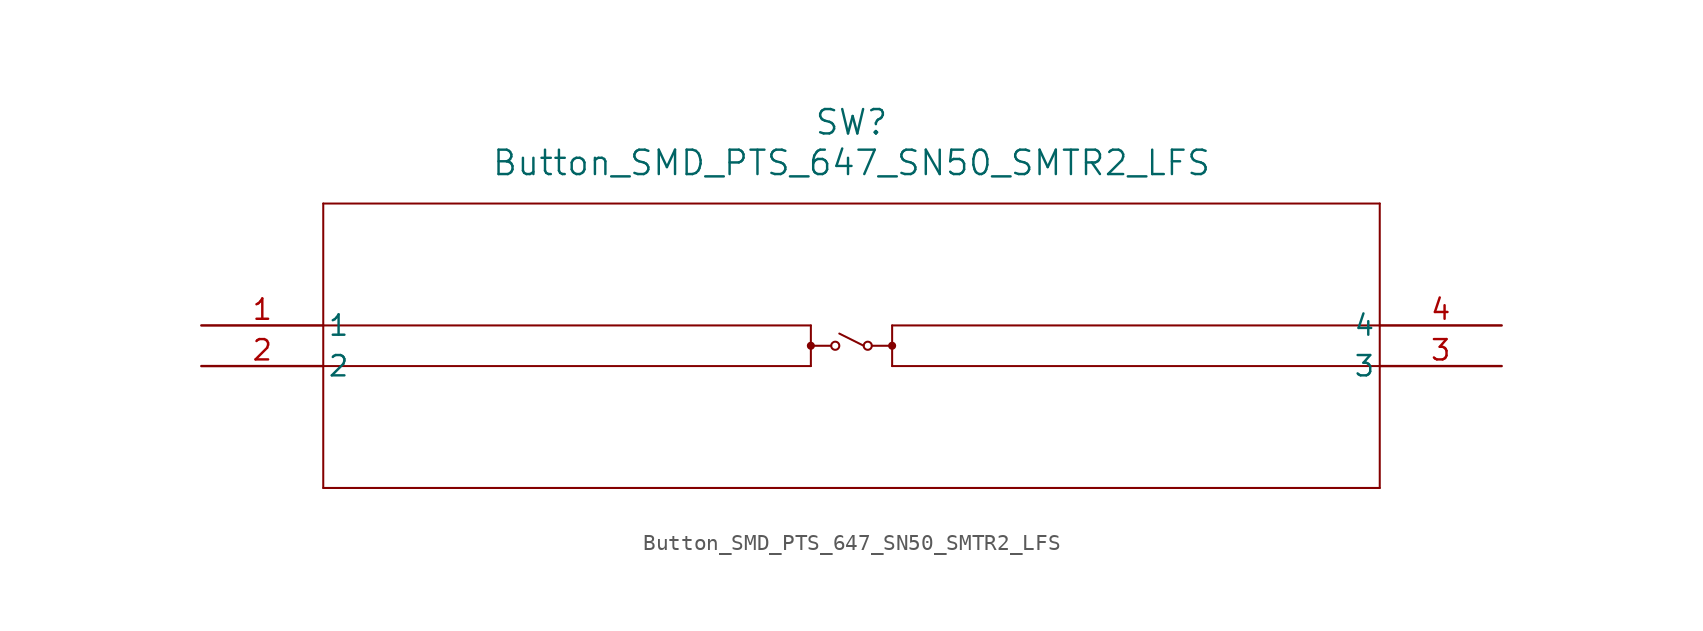
<source format=kicad_sym>
(kicad_symbol_lib
  (version 20211014)
  (generator kicad_symbol_editor)
  (symbol "Button_SMD_PTS_647_SN50_SMTR2_LFS"
    (pin_names
      (offset 0.254))
    (property "Reference" "SW"
      (at 40.64 12.7 0)
      (effects (font (size 1.524 1.524))))
    (property "Value" "Button_SMD_PTS_647_SN50_SMTR2_LFS"
      (at 40.64 10.16 0)
      (effects (font (size 1.524 1.524))))
    (property "ki_locked" ""
      (at 0 0 0)
      (effects (font (size 1.27 1.27))))
    (symbol "Button_SMD_PTS_647_SN50_SMTR2_LFS_0_1"
      (polyline (pts (xy 7.62 -10.16) (xy 73.66 -10.16)) (stroke (width 0.127) (type default) (color 0 0 0 0)) (fill (type none)))
      (polyline (pts (xy 7.62 0) (xy 38.1 0)) (stroke (width 0.127) (type default) (color 0 0 0 0)) (fill (type none)))
      (polyline (pts (xy 7.62 7.62) (xy 7.62 -10.16)) (stroke (width 0.127) (type default) (color 0 0 0 0)) (fill (type none)))
      (polyline (pts (xy 38.1 -2.54) (xy 7.62 -2.54)) (stroke (width 0.127) (type default) (color 0 0 0 0)) (fill (type none)))
      (polyline (pts (xy 38.1 -1.27) (xy 39.37 -1.27)) (stroke (width 0.127) (type default) (color 0 0 0 0)) (fill (type none)))
      (polyline (pts (xy 38.1 0) (xy 38.1 -2.54)) (stroke (width 0.127) (type default) (color 0 0 0 0)) (fill (type none)))
      (polyline (pts (xy 39.878 -0.508) (xy 41.402 -1.27)) (stroke (width 0.127) (type default) (color 0 0 0 0)) (fill (type none)))
      (polyline (pts (xy 43.18 -2.54) (xy 73.66 -2.54)) (stroke (width 0.127) (type default) (color 0 0 0 0)) (fill (type none)))
      (polyline (pts (xy 43.18 -1.27) (xy 41.91 -1.27)) (stroke (width 0.127) (type default) (color 0 0 0 0)) (fill (type none)))
      (polyline (pts (xy 43.18 0) (xy 43.18 -2.54)) (stroke (width 0.127) (type default) (color 0 0 0 0)) (fill (type none)))
      (polyline (pts (xy 73.66 -10.16) (xy 73.66 7.62)) (stroke (width 0.127) (type default) (color 0 0 0 0)) (fill (type none)))
      (polyline (pts (xy 73.66 0) (xy 43.18 0)) (stroke (width 0.127) (type default) (color 0 0 0 0)) (fill (type none)))
      (polyline (pts (xy 73.66 7.62) (xy 7.62 7.62)) (stroke (width 0.127) (type default) (color 0 0 0 0)) (fill (type none)))
      (circle (center 38.1 -1.27) (radius 0.127) (stroke (width 0.254) (type default) (color 0 0 0 0)) (fill (type none)))
      (circle (center 39.624 -1.27) (radius 0.254) (stroke (width 0.127) (type default) (color 0 0 0 0)) (fill (type none)))
      (circle (center 41.656 -1.27) (radius 0.254) (stroke (width 0.127) (type default) (color 0 0 0 0)) (fill (type none)))
      (circle (center 43.18 -1.27) (radius 0.127) (stroke (width 0.254) (type default) (color 0 0 0 0)) (fill (type none)))
      (pin unspecified line (at 0 0 0) (length 7.62) (name "1" (effects (font (size 1.27 1.27)))) (number "1" (effects (font (size 1.27 1.27)))))
      (pin unspecified line (at 0 -2.54 0) (length 7.62) (name "2" (effects (font (size 1.27 1.27)))) (number "2" (effects (font (size 1.27 1.27)))))
      (pin unspecified line (at 81.28 -2.54 180) (length 7.62) (name "3" (effects (font (size 1.27 1.27)))) (number "3" (effects (font (size 1.27 1.27)))))
      (pin unspecified line (at 81.28 0 180) (length 7.62) (name "4" (effects (font (size 1.27 1.27)))) (number "4" (effects (font (size 1.27 1.27))))))))
</source>
